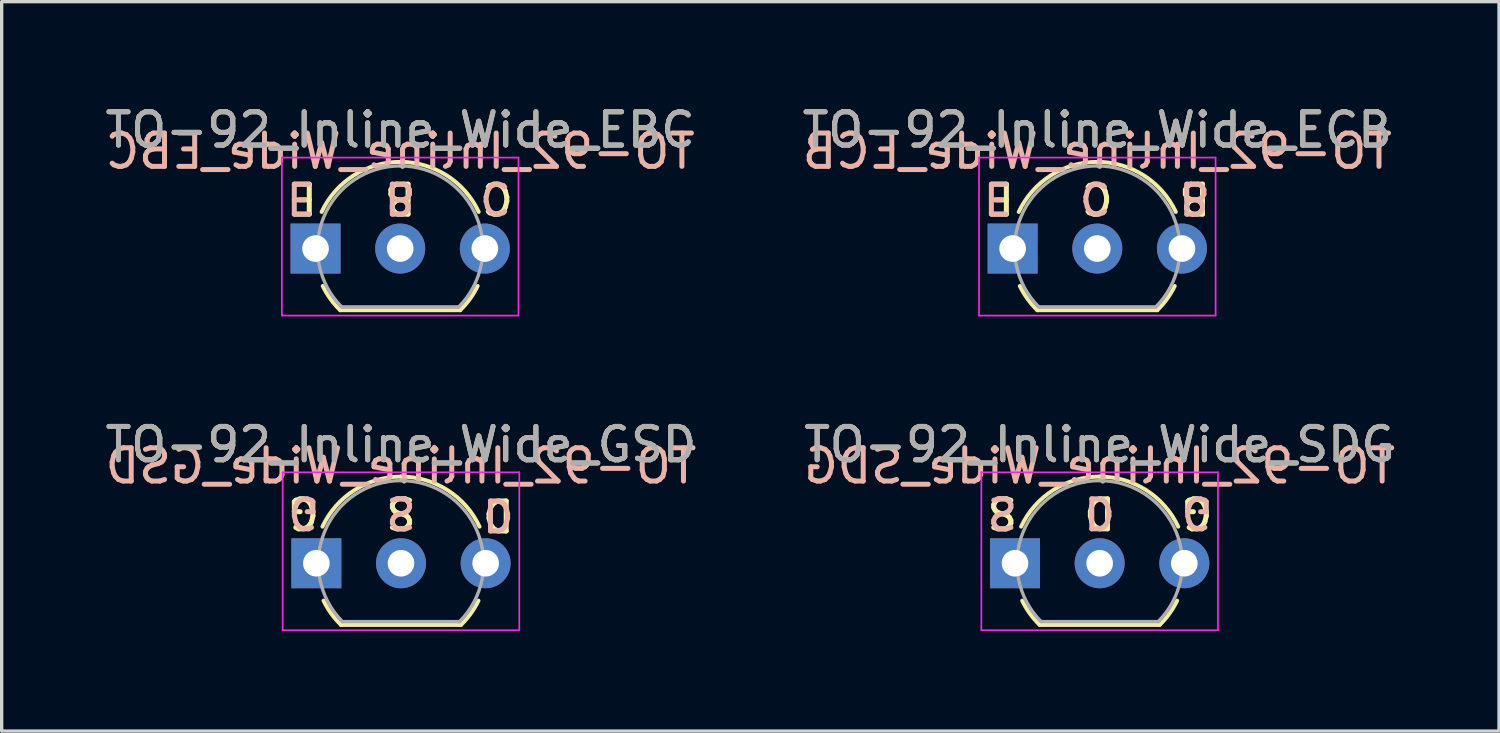
<source format=kicad_pcb>
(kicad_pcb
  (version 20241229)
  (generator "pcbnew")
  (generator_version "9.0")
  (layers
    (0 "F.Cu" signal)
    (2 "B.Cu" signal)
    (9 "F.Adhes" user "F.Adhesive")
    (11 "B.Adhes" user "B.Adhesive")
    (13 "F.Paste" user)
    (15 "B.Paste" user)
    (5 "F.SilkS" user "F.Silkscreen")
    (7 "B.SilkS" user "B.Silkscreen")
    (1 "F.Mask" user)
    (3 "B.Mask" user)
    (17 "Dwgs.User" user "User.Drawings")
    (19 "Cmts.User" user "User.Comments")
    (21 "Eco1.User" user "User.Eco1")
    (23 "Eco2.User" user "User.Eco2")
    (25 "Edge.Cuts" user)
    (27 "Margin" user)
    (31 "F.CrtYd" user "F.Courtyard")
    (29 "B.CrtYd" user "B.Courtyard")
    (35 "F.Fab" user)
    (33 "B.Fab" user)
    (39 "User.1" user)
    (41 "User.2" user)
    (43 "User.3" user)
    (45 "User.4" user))
  (footprint "TO-92_Inline_Wide_GSD"
    (layer "F.Cu")
    (at 6.442 13.851)
    (property "Reference" "TO-92_Inline_Wide_GSD" (at 2.54 -3.56 0) (layer "F.SilkS") (effects (font (size 1 1) (thickness 0.15))))
    (fp_line (start 0.74 1.85) (end 4.34 1.85) (stroke (width 0.12) (type solid)) (layer "F.SilkS"))
    (fp_arc (start 0.1836 -1.098807) (mid 1.143021 -2.192817) (end 2.54 -2.6) (stroke (width 0.12) (type solid)) (layer "F.SilkS"))
    (fp_arc (start 0.74 1.85) (mid 0.446097 1.509328) (end 0.215816 1.122795) (stroke (width 0.12) (type solid)) (layer "F.SilkS"))
    (fp_arc (start 2.54 -2.6) (mid 3.936979 -2.192818) (end 4.8964 -1.098807) (stroke (width 0.12) (type solid)) (layer "F.SilkS"))
    (fp_arc (start 4.864184 1.122795) (mid 4.633903 1.509328) (end 4.34 1.85) (stroke (width 0.12) (type solid)) (layer "F.SilkS"))
    (fp_line (start -1.01 -2.73) (end -1.01 2.01) (stroke (width 0.05) (type solid)) (layer "F.CrtYd"))
    (fp_line (start -1.01 -2.73) (end 6.09 -2.73) (stroke (width 0.05) (type solid)) (layer "F.CrtYd"))
    (fp_line (start 6.09 2.01) (end -1.01 2.01) (stroke (width 0.05) (type solid)) (layer "F.CrtYd"))
    (fp_line (start 6.09 2.01) (end 6.09 -2.73) (stroke (width 0.05) (type solid)) (layer "F.CrtYd"))
    (fp_line (start 0.8 1.75) (end 4.3 1.75) (stroke (width 0.1) (type solid)) (layer "F.Fab"))
    (fp_arc (start 0.786375 1.753625) (mid 0.248779 -0.949055) (end 2.54 -2.48) (stroke (width 0.1) (type solid)) (layer "F.Fab"))
    (fp_arc (start 2.54 -2.48) (mid 4.831221 -0.949055) (end 4.293625 1.753625) (stroke (width 0.1) (type solid)) (layer "F.Fab"))
    (fp_text user "G" (at -0.381 -1.524 180) (unlocked yes) (layer "F.SilkS") (effects (font (size 0.9 0.9) (thickness 0.15))))
    (fp_text user "S" (at 2.54 -1.524 180) (unlocked yes) (layer "F.SilkS") (effects (font (size 0.9 0.9) (thickness 0.15))))
    (fp_text user "D" (at 5.461 -1.46 180) (unlocked yes) (layer "F.SilkS") (effects (font (size 0.9 0.9) (thickness 0.15))))
    (fp_text user "${REFERENCE}" (at 2.54 -2.921 0) (layer "B.SilkS") (effects (font (size 1 1) (thickness 0.15)) (justify mirror)))
    (fp_text user "S" (at 2.54 -1.524 180) (unlocked yes) (layer "B.SilkS") (effects (font (size 0.9 0.9) (thickness 0.15)) (justify mirror)))
    (fp_text user "G" (at -0.381 -1.524 180) (unlocked yes) (layer "B.SilkS") (effects (font (size 0.9 0.9) (thickness 0.15)) (justify mirror)))
    (fp_text user "D" (at 5.461 -1.46 180) (unlocked yes) (layer "B.SilkS") (effects (font (size 0.9 0.9) (thickness 0.15)) (justify mirror)))
    (fp_text user "${REFERENCE}" (at 2.54 -3.56 0) (layer "F.Fab") (effects (font (size 1 1) (thickness 0.15))))
    (pad "1" thru_hole rect (at 0 0 90) (size 1.5 1.5) (drill 0.8) (layers "*.Cu" "*.Mask"))
    (pad "2" thru_hole circle (at 2.54 0 90) (size 1.5 1.5) (drill 0.8) (layers "*.Cu" "*.Mask"))
    (pad "3" thru_hole circle (at 5.08 0 90) (size 1.5 1.5) (drill 0.8) (layers "*.Cu" "*.Mask")))
  (footprint "TO-92_Inline_Wide_EBC"
    (layer "F.Cu")
    (at 6.418 4.408)
    (property "Reference" "TO-92_Inline_Wide_EBC" (at 2.54 -3.56 0) (layer "F.SilkS") (effects (font (size 1 1) (thickness 0.15))))
    (fp_line (start 0.74 1.85) (end 4.34 1.85) (stroke (width 0.12) (type solid)) (layer "F.SilkS"))
    (fp_arc (start 0.1836 -1.098807) (mid 1.143021 -2.192817) (end 2.54 -2.6) (stroke (width 0.12) (type solid)) (layer "F.SilkS"))
    (fp_arc (start 0.74 1.85) (mid 0.446097 1.509328) (end 0.215816 1.122795) (stroke (width 0.12) (type solid)) (layer "F.SilkS"))
    (fp_arc (start 2.54 -2.6) (mid 3.936979 -2.192818) (end 4.8964 -1.098807) (stroke (width 0.12) (type solid)) (layer "F.SilkS"))
    (fp_arc (start 4.864184 1.122795) (mid 4.633903 1.509328) (end 4.34 1.85) (stroke (width 0.12) (type solid)) (layer "F.SilkS"))
    (fp_line (start -1.01 -2.73) (end -1.01 2.01) (stroke (width 0.05) (type solid)) (layer "F.CrtYd"))
    (fp_line (start -1.01 -2.73) (end 6.09 -2.73) (stroke (width 0.05) (type solid)) (layer "F.CrtYd"))
    (fp_line (start 6.09 2.01) (end -1.01 2.01) (stroke (width 0.05) (type solid)) (layer "F.CrtYd"))
    (fp_line (start 6.09 2.01) (end 6.09 -2.73) (stroke (width 0.05) (type solid)) (layer "F.CrtYd"))
    (fp_line (start 0.8 1.75) (end 4.3 1.75) (stroke (width 0.1) (type solid)) (layer "F.Fab"))
    (fp_arc (start 0.786375 1.753625) (mid 0.248779 -0.949055) (end 2.54 -2.48) (stroke (width 0.1) (type solid)) (layer "F.Fab"))
    (fp_arc (start 2.54 -2.48) (mid 4.831221 -0.949055) (end 4.293625 1.753625) (stroke (width 0.1) (type solid)) (layer "F.Fab"))
    (fp_text user "B" (at 2.54 -1.524 180) (unlocked yes) (layer "F.SilkS") (effects (font (size 0.9 0.9) (thickness 0.15))))
    (fp_text user "C" (at 5.461 -1.524 180) (unlocked yes) (layer "F.SilkS") (effects (font (size 0.9 0.9) (thickness 0.15))))
    (fp_text user "E" (at -0.381 -1.524 180) (unlocked yes) (layer "F.SilkS") (effects (font (size 0.9 0.9) (thickness 0.15))))
    (fp_text user "${REFERENCE}" (at 2.54 -2.921 0) (layer "B.SilkS") (effects (font (size 1 1) (thickness 0.15)) (justify mirror)))
    (fp_text user "B" (at 2.54 -1.524 180) (unlocked yes) (layer "B.SilkS") (effects (font (size 0.9 0.9) (thickness 0.15)) (justify mirror)))
    (fp_text user "C" (at 5.397 -1.524 180) (unlocked yes) (layer "B.SilkS") (effects (font (size 0.9 0.9) (thickness 0.15)) (justify mirror)))
    (fp_text user "E" (at -0.445 -1.524 180) (unlocked yes) (layer "B.SilkS") (effects (font (size 0.9 0.9) (thickness 0.15)) (justify mirror)))
    (fp_text user "${REFERENCE}" (at 2.54 -3.56 0) (layer "F.Fab") (effects (font (size 1 1) (thickness 0.15))))
    (pad "1" thru_hole rect (at 0 0 90) (size 1.5 1.5) (drill 0.8) (layers "*.Cu" "*.Mask"))
    (pad "2" thru_hole circle (at 2.54 0 90) (size 1.5 1.5) (drill 0.8) (layers "*.Cu" "*.Mask"))
    (pad "3" thru_hole circle (at 5.08 0 90) (size 1.5 1.5) (drill 0.8) (layers "*.Cu" "*.Mask")))
  (footprint "TO-92_Inline_Wide_ECB"
    (layer "F.Cu")
    (at 27.335 4.408)
    (property "Reference" "TO-92_Inline_Wide_ECB" (at 2.54 -3.56 0) (layer "F.SilkS") (effects (font (size 1 1) (thickness 0.15))))
    (fp_line (start 0.74 1.85) (end 4.34 1.85) (stroke (width 0.12) (type solid)) (layer "F.SilkS"))
    (fp_arc (start 0.1836 -1.098807) (mid 1.143021 -2.192817) (end 2.54 -2.6) (stroke (width 0.12) (type solid)) (layer "F.SilkS"))
    (fp_arc (start 0.74 1.85) (mid 0.446097 1.509328) (end 0.215816 1.122795) (stroke (width 0.12) (type solid)) (layer "F.SilkS"))
    (fp_arc (start 2.54 -2.6) (mid 3.936979 -2.192818) (end 4.8964 -1.098807) (stroke (width 0.12) (type solid)) (layer "F.SilkS"))
    (fp_arc (start 4.864184 1.122795) (mid 4.633903 1.509328) (end 4.34 1.85) (stroke (width 0.12) (type solid)) (layer "F.SilkS"))
    (fp_line (start -1.01 -2.73) (end -1.01 2.01) (stroke (width 0.05) (type solid)) (layer "F.CrtYd"))
    (fp_line (start -1.01 -2.73) (end 6.09 -2.73) (stroke (width 0.05) (type solid)) (layer "F.CrtYd"))
    (fp_line (start 6.09 2.01) (end -1.01 2.01) (stroke (width 0.05) (type solid)) (layer "F.CrtYd"))
    (fp_line (start 6.09 2.01) (end 6.09 -2.73) (stroke (width 0.05) (type solid)) (layer "F.CrtYd"))
    (fp_line (start 0.8 1.75) (end 4.3 1.75) (stroke (width 0.1) (type solid)) (layer "F.Fab"))
    (fp_arc (start 0.786375 1.753625) (mid 0.248779 -0.949055) (end 2.54 -2.48) (stroke (width 0.1) (type solid)) (layer "F.Fab"))
    (fp_arc (start 2.54 -2.48) (mid 4.831221 -0.949055) (end 4.293625 1.753625) (stroke (width 0.1) (type solid)) (layer "F.Fab"))
    (fp_text user "C" (at 2.54 -1.524 180) (unlocked yes) (layer "F.SilkS") (effects (font (size 0.9 0.9) (thickness 0.15))))
    (fp_text user "E" (at -0.381 -1.524 180) (unlocked yes) (layer "F.SilkS") (effects (font (size 0.9 0.9) (thickness 0.15))))
    (fp_text user "B" (at 5.461 -1.524 180) (unlocked yes) (layer "F.SilkS") (effects (font (size 0.9 0.9) (thickness 0.15))))
    (fp_text user "C" (at 2.477 -1.524 180) (unlocked yes) (layer "B.SilkS") (effects (font (size 0.9 0.9) (thickness 0.15)) (justify mirror)))
    (fp_text user "B" (at 5.461 -1.524 180) (unlocked yes) (layer "B.SilkS") (effects (font (size 0.9 0.9) (thickness 0.15)) (justify mirror)))
    (fp_text user "E" (at -0.445 -1.524 180) (unlocked yes) (layer "B.SilkS") (effects (font (size 0.9 0.9) (thickness 0.15)) (justify mirror)))
    (fp_text user "${REFERENCE}" (at 2.54 -2.921 0) (layer "B.SilkS") (effects (font (size 1 1) (thickness 0.15)) (justify mirror)))
    (fp_text user "${REFERENCE}" (at 2.54 -3.56 0) (layer "F.Fab") (effects (font (size 1 1) (thickness 0.15))))
    (pad "1" thru_hole rect (at 0 0 90) (size 1.5 1.5) (drill 0.8) (layers "*.Cu" "*.Mask"))
    (pad "2" thru_hole circle (at 2.54 0 90) (size 1.5 1.5) (drill 0.8) (layers "*.Cu" "*.Mask"))
    (pad "3" thru_hole circle (at 5.08 0 90) (size 1.5 1.5) (drill 0.8) (layers "*.Cu" "*.Mask")))
  (footprint "TO-92_Inline_Wide_SDG"
    (layer "F.Cu")
    (at 27.406 13.851)
    (property "Reference" "TO-92_Inline_Wide_SDG" (at 2.54 -3.56 0) (layer "F.SilkS") (effects (font (size 1 1) (thickness 0.15))))
    (fp_line (start 0.74 1.85) (end 4.34 1.85) (stroke (width 0.12) (type solid)) (layer "F.SilkS"))
    (fp_arc (start 0.1836 -1.098807) (mid 1.143021 -2.192817) (end 2.54 -2.6) (stroke (width 0.12) (type solid)) (layer "F.SilkS"))
    (fp_arc (start 0.74 1.85) (mid 0.446097 1.509328) (end 0.215816 1.122795) (stroke (width 0.12) (type solid)) (layer "F.SilkS"))
    (fp_arc (start 2.54 -2.6) (mid 3.936979 -2.192818) (end 4.8964 -1.098807) (stroke (width 0.12) (type solid)) (layer "F.SilkS"))
    (fp_arc (start 4.864184 1.122795) (mid 4.633903 1.509328) (end 4.34 1.85) (stroke (width 0.12) (type solid)) (layer "F.SilkS"))
    (fp_line (start -1.01 -2.73) (end -1.01 2.01) (stroke (width 0.05) (type solid)) (layer "F.CrtYd"))
    (fp_line (start -1.01 -2.73) (end 6.09 -2.73) (stroke (width 0.05) (type solid)) (layer "F.CrtYd"))
    (fp_line (start 6.09 2.01) (end -1.01 2.01) (stroke (width 0.05) (type solid)) (layer "F.CrtYd"))
    (fp_line (start 6.09 2.01) (end 6.09 -2.73) (stroke (width 0.05) (type solid)) (layer "F.CrtYd"))
    (fp_line (start 0.8 1.75) (end 4.3 1.75) (stroke (width 0.1) (type solid)) (layer "F.Fab"))
    (fp_arc (start 0.786375 1.753625) (mid 0.248779 -0.949055) (end 2.54 -2.48) (stroke (width 0.1) (type solid)) (layer "F.Fab"))
    (fp_arc (start 2.54 -2.48) (mid 4.831221 -0.949055) (end 4.293625 1.753625) (stroke (width 0.1) (type solid)) (layer "F.Fab"))
    (fp_text user "G" (at 5.461 -1.524 180) (unlocked yes) (layer "F.SilkS") (effects (font (size 0.9 0.9) (thickness 0.15))))
    (fp_text user "D" (at 2.54 -1.524 180) (unlocked yes) (layer "F.SilkS") (effects (font (size 0.9 0.9) (thickness 0.15))))
    (fp_text user "S" (at -0.381 -1.524 180) (unlocked yes) (layer "F.SilkS") (effects (font (size 0.9 0.9) (thickness 0.15))))
    (fp_text user "${REFERENCE}" (at 2.54 -2.921 0) (layer "B.SilkS") (effects (font (size 1 1) (thickness 0.15)) (justify mirror)))
    (fp_text user "S" (at -0.381 -1.524 180) (unlocked yes) (layer "B.SilkS") (effects (font (size 0.9 0.9) (thickness 0.15)) (justify mirror)))
    (fp_text user "D" (at 2.54 -1.524 180) (unlocked yes) (layer "B.SilkS") (effects (font (size 0.9 0.9) (thickness 0.15)) (justify mirror)))
    (fp_text user "G" (at 5.461 -1.524 180) (unlocked yes) (layer "B.SilkS") (effects (font (size 0.9 0.9) (thickness 0.15)) (justify mirror)))
    (fp_text user "${REFERENCE}" (at 2.54 -3.56 0) (layer "F.Fab") (effects (font (size 1 1) (thickness 0.15))))
    (pad "1" thru_hole rect (at 0 0 90) (size 1.5 1.5) (drill 0.8) (layers "*.Cu" "*.Mask"))
    (pad "2" thru_hole circle (at 2.54 0 90) (size 1.5 1.5) (drill 0.8) (layers "*.Cu" "*.Mask"))
    (pad "3" thru_hole circle (at 5.08 0 90) (size 1.5 1.5) (drill 0.8) (layers "*.Cu" "*.Mask")))
  (gr_rect
    (start -3 -3)
    (end 41.929 18.887)
    (stroke (width 0.1) (type default))
    (fill no)
    (layer "Edge.Cuts")))
</source>
